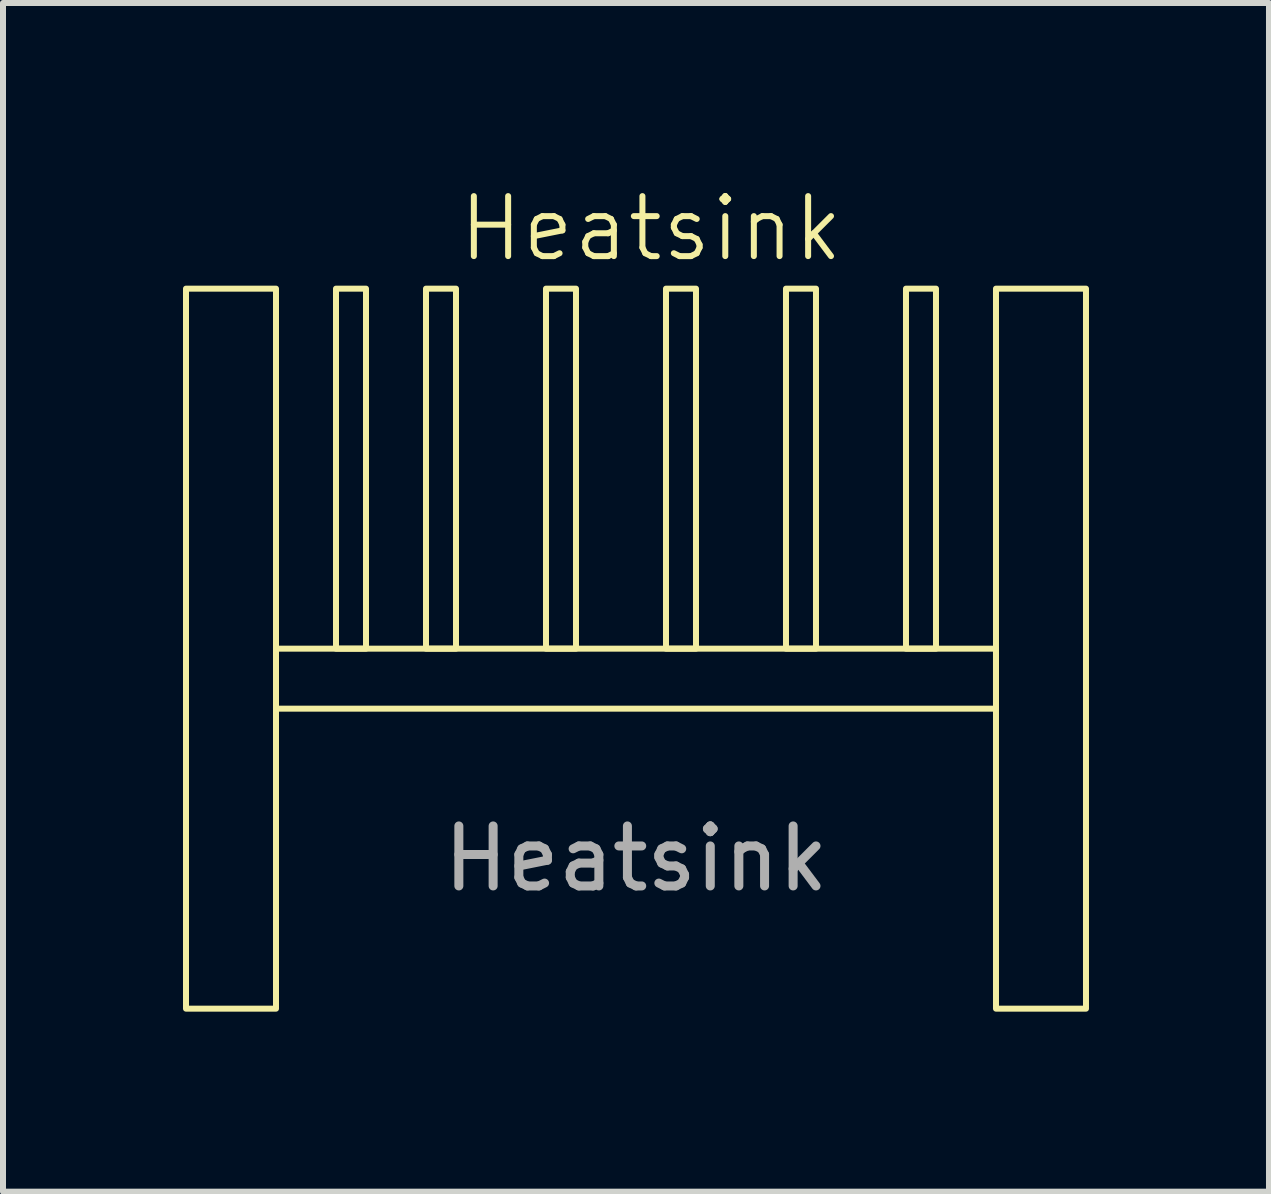
<source format=kicad_pcb>
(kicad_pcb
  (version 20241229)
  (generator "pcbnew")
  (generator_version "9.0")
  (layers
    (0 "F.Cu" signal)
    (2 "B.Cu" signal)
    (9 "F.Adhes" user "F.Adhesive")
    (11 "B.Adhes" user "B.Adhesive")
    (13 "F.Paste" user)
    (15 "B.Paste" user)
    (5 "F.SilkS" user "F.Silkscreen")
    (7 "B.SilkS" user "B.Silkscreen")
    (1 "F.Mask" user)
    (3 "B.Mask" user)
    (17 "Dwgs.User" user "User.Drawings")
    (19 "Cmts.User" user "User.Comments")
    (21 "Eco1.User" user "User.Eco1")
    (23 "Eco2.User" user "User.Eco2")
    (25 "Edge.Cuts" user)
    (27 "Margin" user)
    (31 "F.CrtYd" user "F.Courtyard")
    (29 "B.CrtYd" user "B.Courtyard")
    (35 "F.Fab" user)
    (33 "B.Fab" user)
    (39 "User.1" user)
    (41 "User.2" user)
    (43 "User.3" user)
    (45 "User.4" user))
  (footprint "Heatsink"
    (layer "F.Cu")
    (at 7.55 6.761)
    (property "Reference" "Heatsink" (at 0.25 -6 0) (unlocked yes) (layer "F.SilkS") (effects (font (size 1 1) (thickness 0.1))))
    (attr smd)
    (fp_rect (start -7.5 -5) (end -6 7) (stroke (width 0.1) (type default)) (fill no) (layer "F.SilkS"))
    (fp_rect (start -6 0) (end -6 1) (stroke (width 0.1) (type default)) (fill no) (layer "F.SilkS"))
    (fp_rect (start -6 1) (end 6 2) (stroke (width 0.1) (type default)) (fill no) (layer "F.SilkS"))
    (fp_rect (start -5 -5) (end -4.5 1) (stroke (width 0.1) (type default)) (fill no) (layer "F.SilkS"))
    (fp_rect (start -3.5 -5) (end -3 1) (stroke (width 0.1) (type default)) (fill no) (layer "F.SilkS"))
    (fp_rect (start -1.5 -5) (end -1 1) (stroke (width 0.1) (type default)) (fill no) (layer "F.SilkS"))
    (fp_rect (start 0.5 -5) (end 1 1) (stroke (width 0.1) (type default)) (fill no) (layer "F.SilkS"))
    (fp_rect (start 2.5 -5) (end 3 1) (stroke (width 0.1) (type default)) (fill no) (layer "F.SilkS"))
    (fp_rect (start 4.5 -5) (end 5 1) (stroke (width 0.1) (type default)) (fill no) (layer "F.SilkS"))
    (fp_rect (start 6 -5) (end 7.5 7) (stroke (width 0.1) (type default)) (fill no) (layer "F.SilkS"))
    (fp_text user "${REFERENCE}" (at 0 4.5 0) (unlocked yes) (layer "F.Fab") (effects (font (size 1 1) (thickness 0.15)))))
  (gr_rect
    (start -3 -3)
    (end 18.1 16.811)
    (stroke (width 0.1) (type default))
    (fill no)
    (layer "Edge.Cuts")))
</source>
